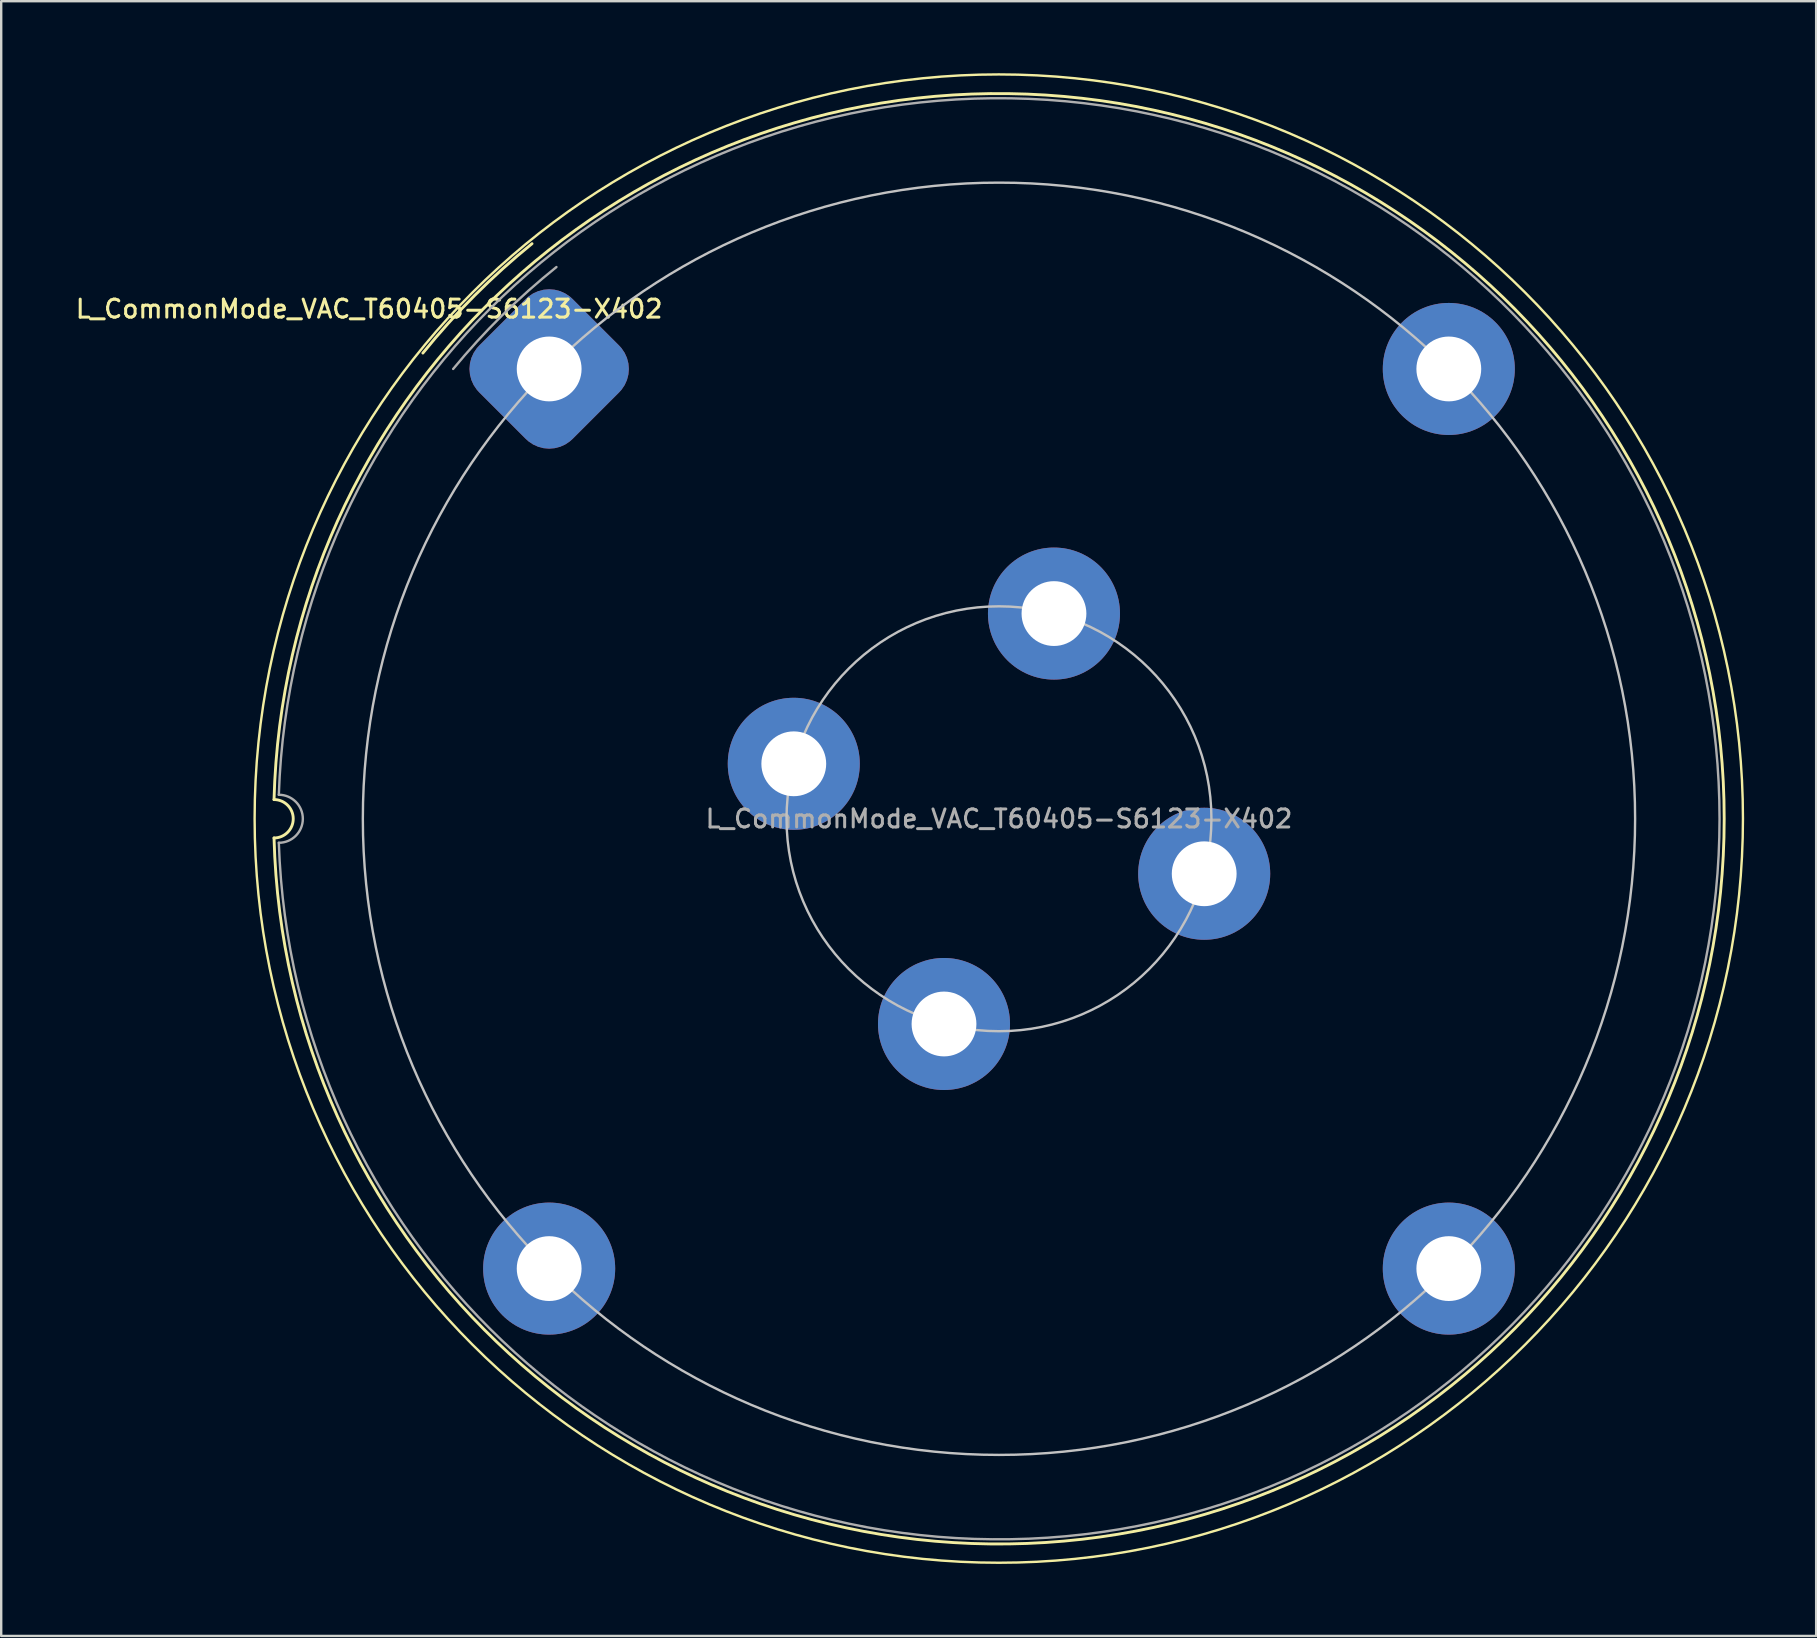
<source format=kicad_pcb>
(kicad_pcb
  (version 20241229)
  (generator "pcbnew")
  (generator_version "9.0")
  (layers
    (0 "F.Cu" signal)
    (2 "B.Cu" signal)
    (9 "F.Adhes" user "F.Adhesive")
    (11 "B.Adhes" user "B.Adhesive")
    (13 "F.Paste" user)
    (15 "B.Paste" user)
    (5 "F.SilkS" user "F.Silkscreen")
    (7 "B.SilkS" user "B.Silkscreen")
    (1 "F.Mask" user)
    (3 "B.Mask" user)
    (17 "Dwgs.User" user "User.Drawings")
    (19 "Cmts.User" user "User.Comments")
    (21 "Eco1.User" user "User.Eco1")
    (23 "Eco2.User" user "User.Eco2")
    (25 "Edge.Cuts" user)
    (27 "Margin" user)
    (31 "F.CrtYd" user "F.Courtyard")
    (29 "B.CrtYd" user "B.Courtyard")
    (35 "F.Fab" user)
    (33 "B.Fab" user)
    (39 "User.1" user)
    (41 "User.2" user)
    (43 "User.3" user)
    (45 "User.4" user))
  (footprint "L_CommonMode_VAC_T60405-S6123-X402"
    (layer "F.Cu")
    (at 19.827 12.32)
    (property "Reference" "L_CommonMode_VAC_T60405-S6123-X402" (at -7.5 -2.5 0) (layer "F.SilkS") (effects (font (size 0.75 0.75) (thickness 0.125))))
    (attr through_hole)
    (fp_arc (start -11.46167 17.93833) (mid -10.66167 18.73833) (end -11.46167 19.53833) (stroke (width 0.12) (type default)) (layer "F.SilkS"))
    (fp_arc (start -11.46167 17.93833) (mid 48.948922 18.73833) (end -11.46167 19.53833) (stroke (width 0.12) (type default)) (layer "F.SilkS"))
    (fp_arc (start -5.261669 -0.66167) (mid -3.107133 -3.059277) (end -0.714256 -5.219066) (stroke (width 0.12) (type default)) (layer "F.SilkS"))
    (fp_circle (center 18.73 18.73) (end 49.73 18.73) (stroke (width 0.1) (type default)) (fill no) (layer "F.SilkS"))
    (fp_circle (center 18.738 18.738) (end 18.738 -7.762) (stroke (width 0.1) (type default)) (fill no) (layer "Dwgs.User"))
    (fp_circle (center 18.738 18.738) (end 18.738 9.888) (stroke (width 0.1) (type default)) (fill no) (layer "Dwgs.User"))
    (fp_arc (start -11.26167 17.73833) (mid -10.26167 18.73833) (end -11.26167 19.73833) (stroke (width 0.1) (type default)) (layer "F.Fab"))
    (fp_arc (start -11.26167 17.73833) (mid 48.754992 18.73833) (end -11.26167 19.73833) (stroke (width 0.1) (type default)) (layer "F.Fab"))
    (fp_arc (start -4 0) (mid -1.957859 -2.233661) (end 0.30264 -4.246055) (stroke (width 0.1) (type default)) (layer "F.Fab"))
    (fp_text user "${REFERENCE}" (at 18.738 18.738 0) (layer "F.Fab") (effects (font (size 0.75 0.75) (thickness 0.125))))
    (pad "1" thru_hole roundrect (at 0 0 45) (size 5.5 5.5) (drill 2.7) (layers "*.Cu" "*.Mask") (roundrect_rratio 0.25))
    (pad "2" thru_hole circle (at 10.19 16.448 60) (size 5.5 5.5) (drill 2.7) (layers "*.Cu" "*.Mask"))
    (pad "3" thru_hole circle (at 37.477 0 315) (size 5.5 5.5) (drill 2.7) (layers "*.Cu" "*.Mask"))
    (pad "4" thru_hole circle (at 21.029 10.19 330) (size 5.5 5.5) (drill 2.7) (layers "*.Cu" "*.Mask"))
    (pad "5" thru_hole circle (at 37.477 37.477 225) (size 5.5 5.5) (drill 2.7) (layers "*.Cu" "*.Mask"))
    (pad "6" thru_hole circle (at 27.287 21.029 240) (size 5.5 5.5) (drill 2.7) (layers "*.Cu" "*.Mask"))
    (pad "7" thru_hole circle (at 0 37.477 135) (size 5.5 5.5) (drill 2.7) (layers "*.Cu" "*.Mask"))
    (pad "8" thru_hole circle (at 16.448 27.287 150) (size 5.5 5.5) (drill 2.7) (layers "*.Cu" "*.Mask")))
  (gr_rect
    (start -3 -3)
    (end 72.607 65.1)
    (stroke (width 0.1) (type default))
    (fill no)
    (layer "Edge.Cuts")))
</source>
